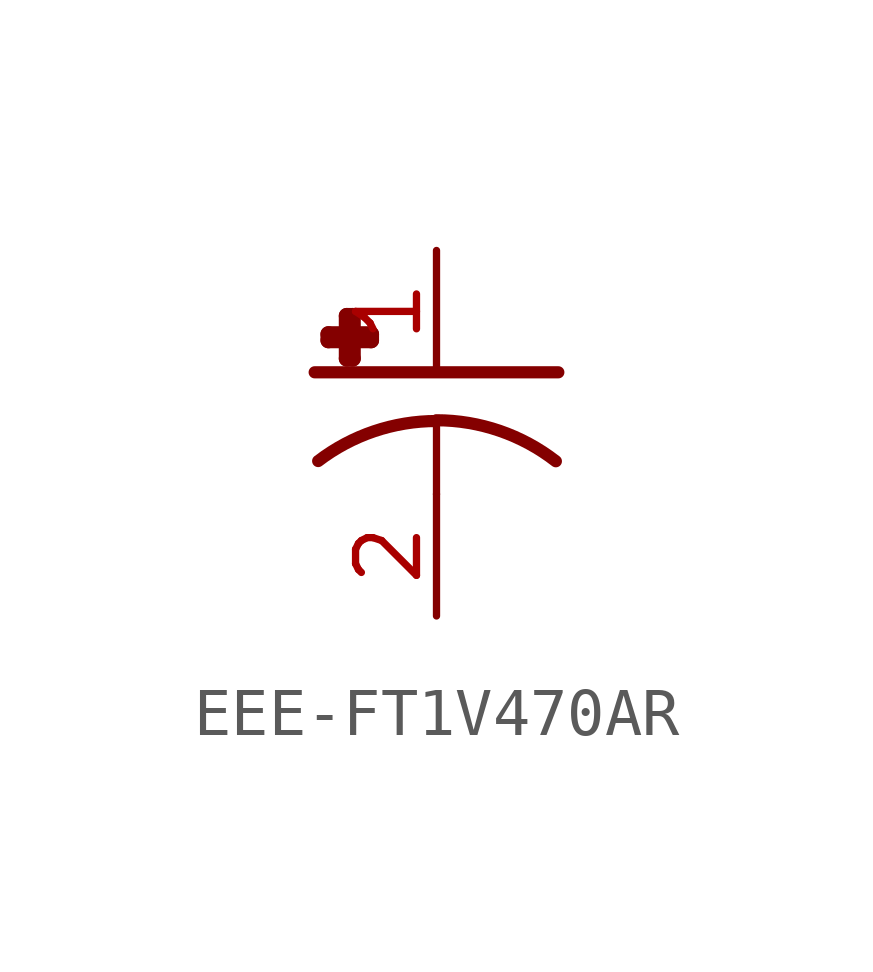
<source format=kicad_sym>
(kicad_symbol_lib
  (version 20231120)
  (generator "kicad_symbol_editor")
  (generator_version "8.0")
  (symbol "EEE-FT1V470AR"
    (property "Reference" "C"
      (at 0 0 0)
      (effects (font (size 1.27 1.27)) (hide yes)))
    (property "ki_locked" ""
      (at 0 0 0)
      (effects (font (size 1.27 1.27))))
    (symbol "EEE-FT1V470AR_1_0"
      (arc (start 0 -0.334) (mid -1.3021 -0.548) (end -2.467 -1.168) (stroke (width 0.254) (type solid)) (fill (type none)))
      (polyline (pts (xy -2.54 0.682) (xy 2.54 0.682)) (stroke (width 0.254) (type solid)) (fill (type none)))
      (polyline (pts (xy -2.253 1.349) (xy -1.364 1.349)) (stroke (width 0.333) (type solid)) (fill (type none)))
      (polyline (pts (xy -2.253 1.477) (xy -2.253 1.349)) (stroke (width 0.333) (type solid)) (fill (type none)))
      (polyline (pts (xy -1.871 0.969) (xy -1.745 0.969)) (stroke (width 0.333) (type solid)) (fill (type none)))
      (polyline (pts (xy -1.871 1.858) (xy -1.871 0.969)) (stroke (width 0.333) (type solid)) (fill (type none)))
      (polyline (pts (xy -1.745 0.969) (xy -1.745 1.858)) (stroke (width 0.333) (type solid)) (fill (type none)))
      (polyline (pts (xy -1.745 1.858) (xy -1.871 1.858)) (stroke (width 0.333) (type solid)) (fill (type none)))
      (polyline (pts (xy -1.364 1.349) (xy -1.364 1.477)) (stroke (width 0.333) (type solid)) (fill (type none)))
      (polyline (pts (xy -1.364 1.477) (xy -2.253 1.477)) (stroke (width 0.333) (type solid)) (fill (type none)))
      (polyline (pts (xy 0 -0.334) (xy 0 -1.858)) (stroke (width 0.152) (type solid)) (fill (type none)))
      (arc (start 2.489 -1.172) (mid 1.3157 -0.5374) (end 0 -0.3179) (stroke (width 0.254) (type solid)) (fill (type none)))
      (pin passive line (at 0 3.222 270) (length 2.54) (name "+" (effects (font (size 0 0)))) (number "1" (effects (font (size 1.27 1.27)))))
      (pin passive line (at 0 -4.398 90) (length 2.54) (name "-" (effects (font (size 0 0)))) (number "2" (effects (font (size 1.27 1.27))))))))
</source>
